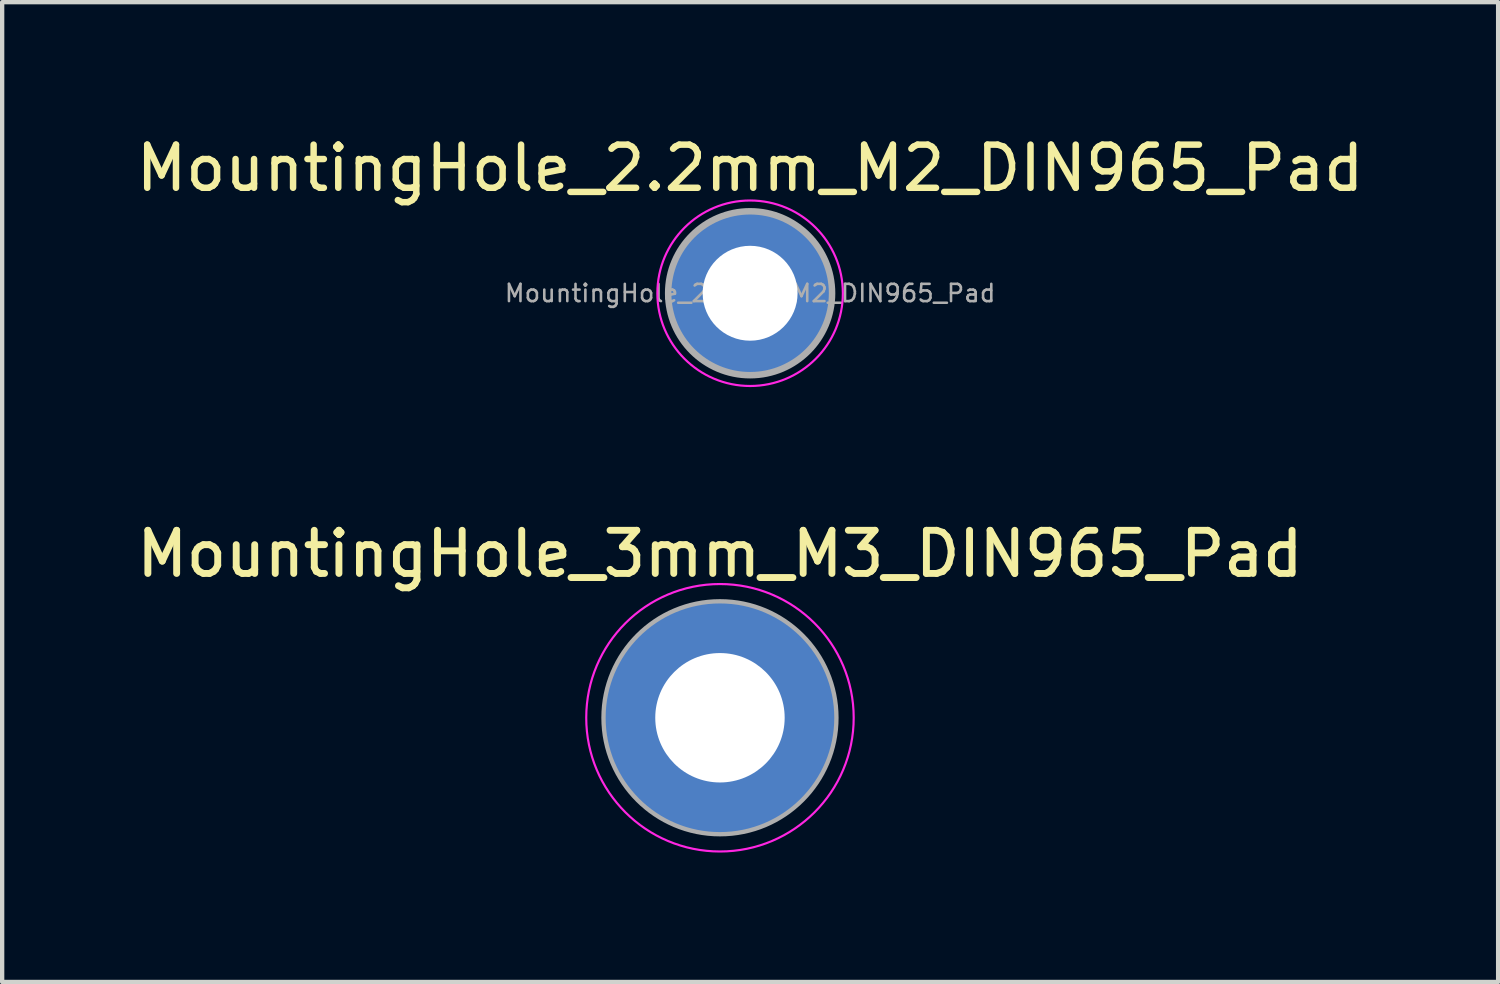
<source format=kicad_pcb>
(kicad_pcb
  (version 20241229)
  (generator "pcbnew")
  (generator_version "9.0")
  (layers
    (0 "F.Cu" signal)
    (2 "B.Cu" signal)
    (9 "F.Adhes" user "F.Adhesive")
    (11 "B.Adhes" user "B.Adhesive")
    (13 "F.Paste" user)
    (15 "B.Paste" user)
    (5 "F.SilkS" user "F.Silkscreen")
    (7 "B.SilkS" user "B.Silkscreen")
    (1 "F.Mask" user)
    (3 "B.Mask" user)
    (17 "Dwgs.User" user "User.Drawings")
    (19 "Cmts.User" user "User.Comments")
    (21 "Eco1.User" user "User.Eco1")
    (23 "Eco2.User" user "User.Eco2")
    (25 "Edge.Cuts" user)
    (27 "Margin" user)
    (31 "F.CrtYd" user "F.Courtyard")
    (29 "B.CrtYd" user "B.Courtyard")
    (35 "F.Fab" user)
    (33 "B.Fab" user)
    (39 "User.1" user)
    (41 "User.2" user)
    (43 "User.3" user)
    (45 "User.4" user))
  (footprint "MountingHole_3mm_M3_DIN965_Pad"
    (layer "F.Cu")
    (at 13.64 13.589)
    (property "Reference" "MountingHole_3mm_M3_DIN965_Pad" (at 0 -3.8 0) (layer "F.SilkS") (effects (font (size 1 1) (thickness 0.16))))
    (attr exclude_from_pos_files exclude_from_bom)
    (fp_circle (center 0 0) (end 3.1 0) (stroke (width 0.05) (type solid)) (fill no) (layer "F.CrtYd"))
    (fp_circle (center 0 0) (end 2.7 0) (stroke (width 0.1) (type default)) (fill no) (layer "F.Fab"))
    (pad "1" thru_hole circle (at 0 0) (size 5.4 5.4) (drill 3) (layers "*.Cu" "*.Mask")))
  (footprint "MountingHole_2.2mm_M2_DIN965_Pad"
    (layer "F.Cu")
    (at 14.339 3.748)
    (property "Reference" "MountingHole_2.2mm_M2_DIN965_Pad" (at 0 -2.9 0) (layer "F.SilkS") (effects (font (size 1 1) (thickness 0.15))))
    (attr exclude_from_pos_files exclude_from_bom)
    (fp_circle (center 0 0) (end 2.15 0) (stroke (width 0.05) (type solid)) (fill no) (layer "F.CrtYd"))
    (fp_circle (center 0 0) (end 1.9 0) (stroke (width 0.15) (type solid)) (fill no) (layer "F.Fab"))
    (fp_text user "${REFERENCE}" (at 0 0 0) (layer "F.Fab") (effects (font (size 0.4 0.4) (thickness 0.06))))
    (pad "1" thru_hole circle (at 0 0) (size 3.8 3.8) (drill 2.2) (layers "*.Cu" "*.Mask")))
  (gr_rect
    (start -3 -3)
    (end 31.679 19.714)
    (stroke (width 0.1) (type default))
    (fill no)
    (layer "Edge.Cuts")))
</source>
